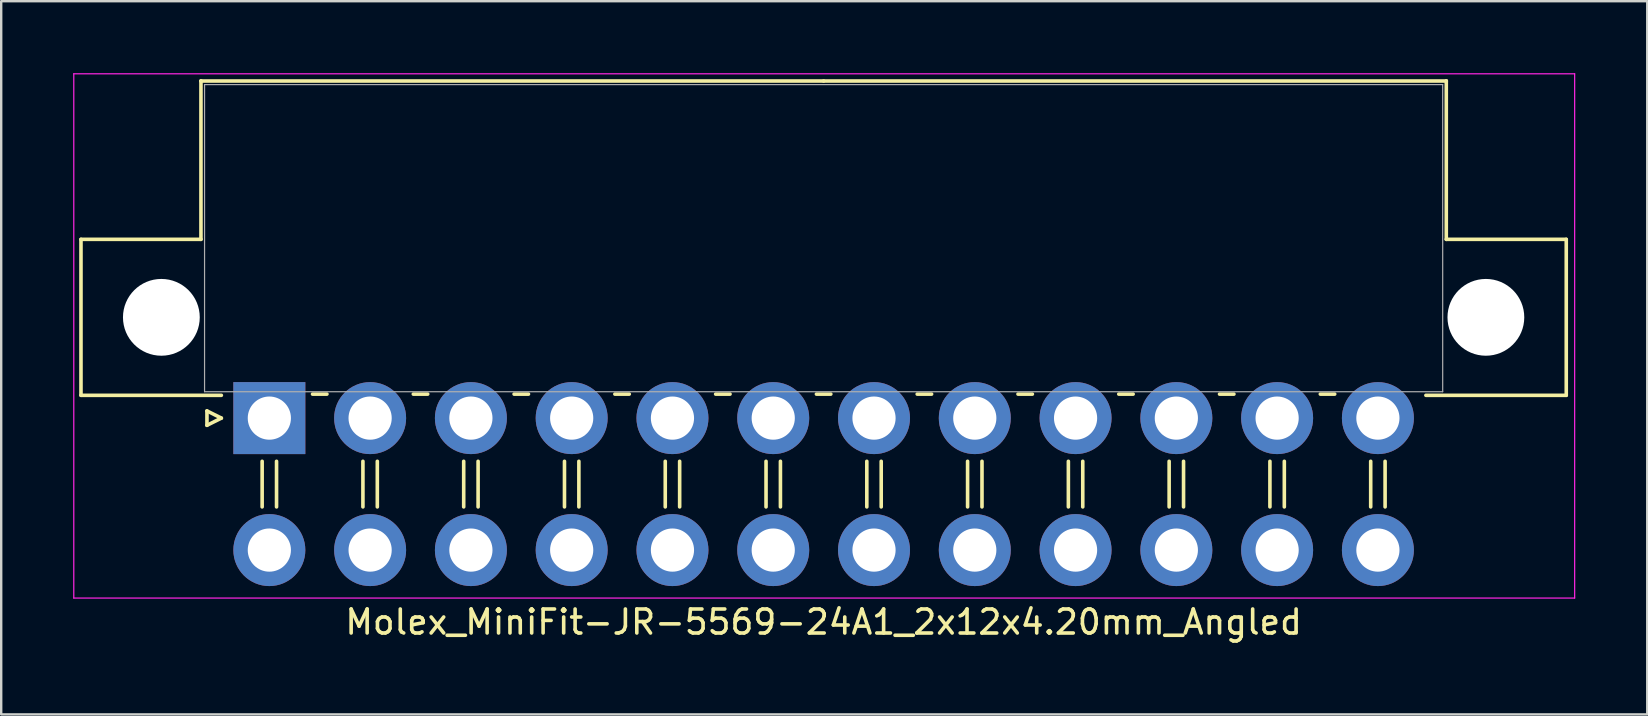
<source format=kicad_pcb>
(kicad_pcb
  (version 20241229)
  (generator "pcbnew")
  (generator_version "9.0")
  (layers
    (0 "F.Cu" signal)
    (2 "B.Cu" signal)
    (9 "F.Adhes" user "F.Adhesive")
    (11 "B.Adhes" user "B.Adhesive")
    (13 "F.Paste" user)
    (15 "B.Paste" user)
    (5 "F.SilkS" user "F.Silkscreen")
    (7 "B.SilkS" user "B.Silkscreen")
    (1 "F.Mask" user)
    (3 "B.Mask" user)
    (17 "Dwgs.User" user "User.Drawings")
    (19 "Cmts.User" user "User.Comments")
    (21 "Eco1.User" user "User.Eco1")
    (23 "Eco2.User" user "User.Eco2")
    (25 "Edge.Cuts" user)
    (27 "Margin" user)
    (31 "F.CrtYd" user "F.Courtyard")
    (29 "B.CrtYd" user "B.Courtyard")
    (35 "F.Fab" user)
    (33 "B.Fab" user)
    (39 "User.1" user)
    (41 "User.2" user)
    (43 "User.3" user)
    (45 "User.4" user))
  (footprint "Molex_MiniFit-JR-5569-24A1_2x12x4.20mm_Angled"
    (layer "F.Cu")
    (at 8.175 14.375)
    (property "Reference" "Molex_MiniFit-JR-5569-24A1_2x12x4.20mm_Angled" (at 23.1 8.5 0) (layer "F.SilkS") (effects (font (size 1 1) (thickness 0.15))))
    (attr through_hole)
    (fp_line (start -7.85 -7.45) (end -7.85 -0.95) (stroke (width 0.15) (type solid)) (layer "F.SilkS"))
    (fp_line (start -7.85 -0.95) (end -2 -0.95) (stroke (width 0.15) (type solid)) (layer "F.SilkS"))
    (fp_line (start -2.85 -14.05) (end -2.85 -14.05) (stroke (width 0.15) (type solid)) (layer "F.SilkS"))
    (fp_line (start -2.85 -14.05) (end -2.85 -7.45) (stroke (width 0.15) (type solid)) (layer "F.SilkS"))
    (fp_line (start -2.85 -7.45) (end -7.85 -7.45) (stroke (width 0.15) (type solid)) (layer "F.SilkS"))
    (fp_line (start -2.6 -0.3) (end -2 0) (stroke (width 0.15) (type solid)) (layer "F.SilkS"))
    (fp_line (start -2.6 0.3) (end -2.6 -0.3) (stroke (width 0.15) (type solid)) (layer "F.SilkS"))
    (fp_line (start -2 0) (end -2.6 0.3) (stroke (width 0.15) (type solid)) (layer "F.SilkS"))
    (fp_line (start -0.3 1.8) (end -0.3 3.7) (stroke (width 0.15) (type solid)) (layer "F.SilkS"))
    (fp_line (start 0.3 1.8) (end 0.3 3.7) (stroke (width 0.15) (type solid)) (layer "F.SilkS"))
    (fp_line (start 1.8 -1) (end 2.4 -1) (stroke (width 0.15) (type solid)) (layer "F.SilkS"))
    (fp_line (start 3.9 1.8) (end 3.9 3.7) (stroke (width 0.15) (type solid)) (layer "F.SilkS"))
    (fp_line (start 4.5 1.8) (end 4.5 3.7) (stroke (width 0.15) (type solid)) (layer "F.SilkS"))
    (fp_line (start 6 -1) (end 6.6 -1) (stroke (width 0.15) (type solid)) (layer "F.SilkS"))
    (fp_line (start 8.1 1.8) (end 8.1 3.7) (stroke (width 0.15) (type solid)) (layer "F.SilkS"))
    (fp_line (start 8.7 1.8) (end 8.7 3.7) (stroke (width 0.15) (type solid)) (layer "F.SilkS"))
    (fp_line (start 10.2 -1) (end 10.8 -1) (stroke (width 0.15) (type solid)) (layer "F.SilkS"))
    (fp_line (start 12.3 1.8) (end 12.3 3.7) (stroke (width 0.15) (type solid)) (layer "F.SilkS"))
    (fp_line (start 12.9 1.8) (end 12.9 3.7) (stroke (width 0.15) (type solid)) (layer "F.SilkS"))
    (fp_line (start 14.4 -1) (end 15 -1) (stroke (width 0.15) (type solid)) (layer "F.SilkS"))
    (fp_line (start 16.5 1.8) (end 16.5 3.7) (stroke (width 0.15) (type solid)) (layer "F.SilkS"))
    (fp_line (start 17.1 1.8) (end 17.1 3.7) (stroke (width 0.15) (type solid)) (layer "F.SilkS"))
    (fp_line (start 18.6 -1) (end 19.2 -1) (stroke (width 0.15) (type solid)) (layer "F.SilkS"))
    (fp_line (start 20.7 1.8) (end 20.7 3.7) (stroke (width 0.15) (type solid)) (layer "F.SilkS"))
    (fp_line (start 21.3 1.8) (end 21.3 3.7) (stroke (width 0.15) (type solid)) (layer "F.SilkS"))
    (fp_line (start 22.8 -1) (end 23.4 -1) (stroke (width 0.15) (type solid)) (layer "F.SilkS"))
    (fp_line (start 23.1 -14.05) (end -2.85 -14.05) (stroke (width 0.15) (type solid)) (layer "F.SilkS"))
    (fp_line (start 23.1 -14.05) (end 49.05 -14.05) (stroke (width 0.15) (type solid)) (layer "F.SilkS"))
    (fp_line (start 24.9 1.8) (end 24.9 3.7) (stroke (width 0.15) (type solid)) (layer "F.SilkS"))
    (fp_line (start 25.5 1.8) (end 25.5 3.7) (stroke (width 0.15) (type solid)) (layer "F.SilkS"))
    (fp_line (start 27 -1) (end 27.6 -1) (stroke (width 0.15) (type solid)) (layer "F.SilkS"))
    (fp_line (start 29.1 1.8) (end 29.1 3.7) (stroke (width 0.15) (type solid)) (layer "F.SilkS"))
    (fp_line (start 29.7 1.8) (end 29.7 3.7) (stroke (width 0.15) (type solid)) (layer "F.SilkS"))
    (fp_line (start 31.2 -1) (end 31.8 -1) (stroke (width 0.15) (type solid)) (layer "F.SilkS"))
    (fp_line (start 33.3 1.8) (end 33.3 3.7) (stroke (width 0.15) (type solid)) (layer "F.SilkS"))
    (fp_line (start 33.9 1.8) (end 33.9 3.7) (stroke (width 0.15) (type solid)) (layer "F.SilkS"))
    (fp_line (start 35.4 -1) (end 36 -1) (stroke (width 0.15) (type solid)) (layer "F.SilkS"))
    (fp_line (start 37.5 1.8) (end 37.5 3.7) (stroke (width 0.15) (type solid)) (layer "F.SilkS"))
    (fp_line (start 38.1 1.8) (end 38.1 3.7) (stroke (width 0.15) (type solid)) (layer "F.SilkS"))
    (fp_line (start 39.6 -1) (end 40.2 -1) (stroke (width 0.15) (type solid)) (layer "F.SilkS"))
    (fp_line (start 41.7 1.8) (end 41.7 3.7) (stroke (width 0.15) (type solid)) (layer "F.SilkS"))
    (fp_line (start 42.3 1.8) (end 42.3 3.7) (stroke (width 0.15) (type solid)) (layer "F.SilkS"))
    (fp_line (start 43.8 -1) (end 44.4 -1) (stroke (width 0.15) (type solid)) (layer "F.SilkS"))
    (fp_line (start 45.9 1.8) (end 45.9 3.7) (stroke (width 0.15) (type solid)) (layer "F.SilkS"))
    (fp_line (start 46.5 1.8) (end 46.5 3.7) (stroke (width 0.15) (type solid)) (layer "F.SilkS"))
    (fp_line (start 49.05 -14.05) (end 49.05 -14.05) (stroke (width 0.15) (type solid)) (layer "F.SilkS"))
    (fp_line (start 49.05 -14.05) (end 49.05 -7.45) (stroke (width 0.15) (type solid)) (layer "F.SilkS"))
    (fp_line (start 49.05 -7.45) (end 54.05 -7.45) (stroke (width 0.15) (type solid)) (layer "F.SilkS"))
    (fp_line (start 54.05 -7.45) (end 54.05 -0.95) (stroke (width 0.15) (type solid)) (layer "F.SilkS"))
    (fp_line (start 54.05 -0.95) (end 48.2 -0.95) (stroke (width 0.15) (type solid)) (layer "F.SilkS"))
    (fp_line (start -8.15 -14.35) (end -8.15 7.5) (stroke (width 0.05) (type solid)) (layer "F.CrtYd"))
    (fp_line (start -8.15 7.5) (end 54.4 7.5) (stroke (width 0.05) (type solid)) (layer "F.CrtYd"))
    (fp_line (start 54.4 -14.35) (end -8.15 -14.35) (stroke (width 0.05) (type solid)) (layer "F.CrtYd"))
    (fp_line (start 54.4 7.5) (end 54.4 -14.35) (stroke (width 0.05) (type solid)) (layer "F.CrtYd"))
    (fp_line (start -2.7 -13.9) (end -2.7 -1.1) (stroke (width 0.05) (type solid)) (layer "F.Fab"))
    (fp_line (start -2.7 -1.1) (end 48.9 -1.1) (stroke (width 0.05) (type solid)) (layer "F.Fab"))
    (fp_line (start 48.9 -13.9) (end -2.7 -13.9) (stroke (width 0.05) (type solid)) (layer "F.Fab"))
    (fp_line (start 48.9 -1.1) (end 48.9 -13.9) (stroke (width 0.05) (type solid)) (layer "F.Fab"))
    (pad "" np_thru_hole circle (at -4.5 -4.2) (size 3.2 3.2) (drill 3.2) (layers "*.Cu"))
    (pad "" np_thru_hole circle (at 50.7 -4.2) (size 3.2 3.2) (drill 3.2) (layers "*.Cu"))
    (pad "1" thru_hole rect (at 0 0) (size 3 3) (drill 1.8) (layers "*.Cu" "*.Mask"))
    (pad "2" thru_hole circle (at 4.2 0) (size 3 3) (drill 1.8) (layers "*.Cu" "*.Mask"))
    (pad "3" thru_hole circle (at 8.4 0) (size 3 3) (drill 1.8) (layers "*.Cu" "*.Mask"))
    (pad "4" thru_hole circle (at 12.6 0) (size 3 3) (drill 1.8) (layers "*.Cu" "*.Mask"))
    (pad "5" thru_hole circle (at 16.8 0) (size 3 3) (drill 1.8) (layers "*.Cu" "*.Mask"))
    (pad "6" thru_hole circle (at 21 0) (size 3 3) (drill 1.8) (layers "*.Cu" "*.Mask"))
    (pad "7" thru_hole circle (at 25.2 0) (size 3 3) (drill 1.8) (layers "*.Cu" "*.Mask"))
    (pad "8" thru_hole circle (at 29.4 0) (size 3 3) (drill 1.8) (layers "*.Cu" "*.Mask"))
    (pad "9" thru_hole circle (at 33.6 0) (size 3 3) (drill 1.8) (layers "*.Cu" "*.Mask"))
    (pad "10" thru_hole circle (at 37.8 0) (size 3 3) (drill 1.8) (layers "*.Cu" "*.Mask"))
    (pad "11" thru_hole circle (at 42 0) (size 3 3) (drill 1.8) (layers "*.Cu" "*.Mask"))
    (pad "12" thru_hole circle (at 46.2 0) (size 3 3) (drill 1.8) (layers "*.Cu" "*.Mask"))
    (pad "13" thru_hole circle (at 0 5.5) (size 3 3) (drill 1.8) (layers "*.Cu" "*.Mask"))
    (pad "14" thru_hole circle (at 4.2 5.5) (size 3 3) (drill 1.8) (layers "*.Cu" "*.Mask"))
    (pad "15" thru_hole circle (at 8.4 5.5) (size 3 3) (drill 1.8) (layers "*.Cu" "*.Mask"))
    (pad "16" thru_hole circle (at 12.6 5.5) (size 3 3) (drill 1.8) (layers "*.Cu" "*.Mask"))
    (pad "17" thru_hole circle (at 16.8 5.5) (size 3 3) (drill 1.8) (layers "*.Cu" "*.Mask"))
    (pad "18" thru_hole circle (at 21 5.5) (size 3 3) (drill 1.8) (layers "*.Cu" "*.Mask"))
    (pad "19" thru_hole circle (at 25.2 5.5) (size 3 3) (drill 1.8) (layers "*.Cu" "*.Mask"))
    (pad "20" thru_hole circle (at 29.4 5.5) (size 3 3) (drill 1.8) (layers "*.Cu" "*.Mask"))
    (pad "21" thru_hole circle (at 33.6 5.5) (size 3 3) (drill 1.8) (layers "*.Cu" "*.Mask"))
    (pad "22" thru_hole circle (at 37.8 5.5) (size 3 3) (drill 1.8) (layers "*.Cu" "*.Mask"))
    (pad "23" thru_hole circle (at 42 5.5) (size 3 3) (drill 1.8) (layers "*.Cu" "*.Mask"))
    (pad "24" thru_hole circle (at 46.2 5.5) (size 3 3) (drill 1.8) (layers "*.Cu" "*.Mask")))
  (gr_rect
    (start -3 -3)
    (end 65.6 26.723)
    (stroke (width 0.1) (type default))
    (fill no)
    (layer "Edge.Cuts")))
</source>
